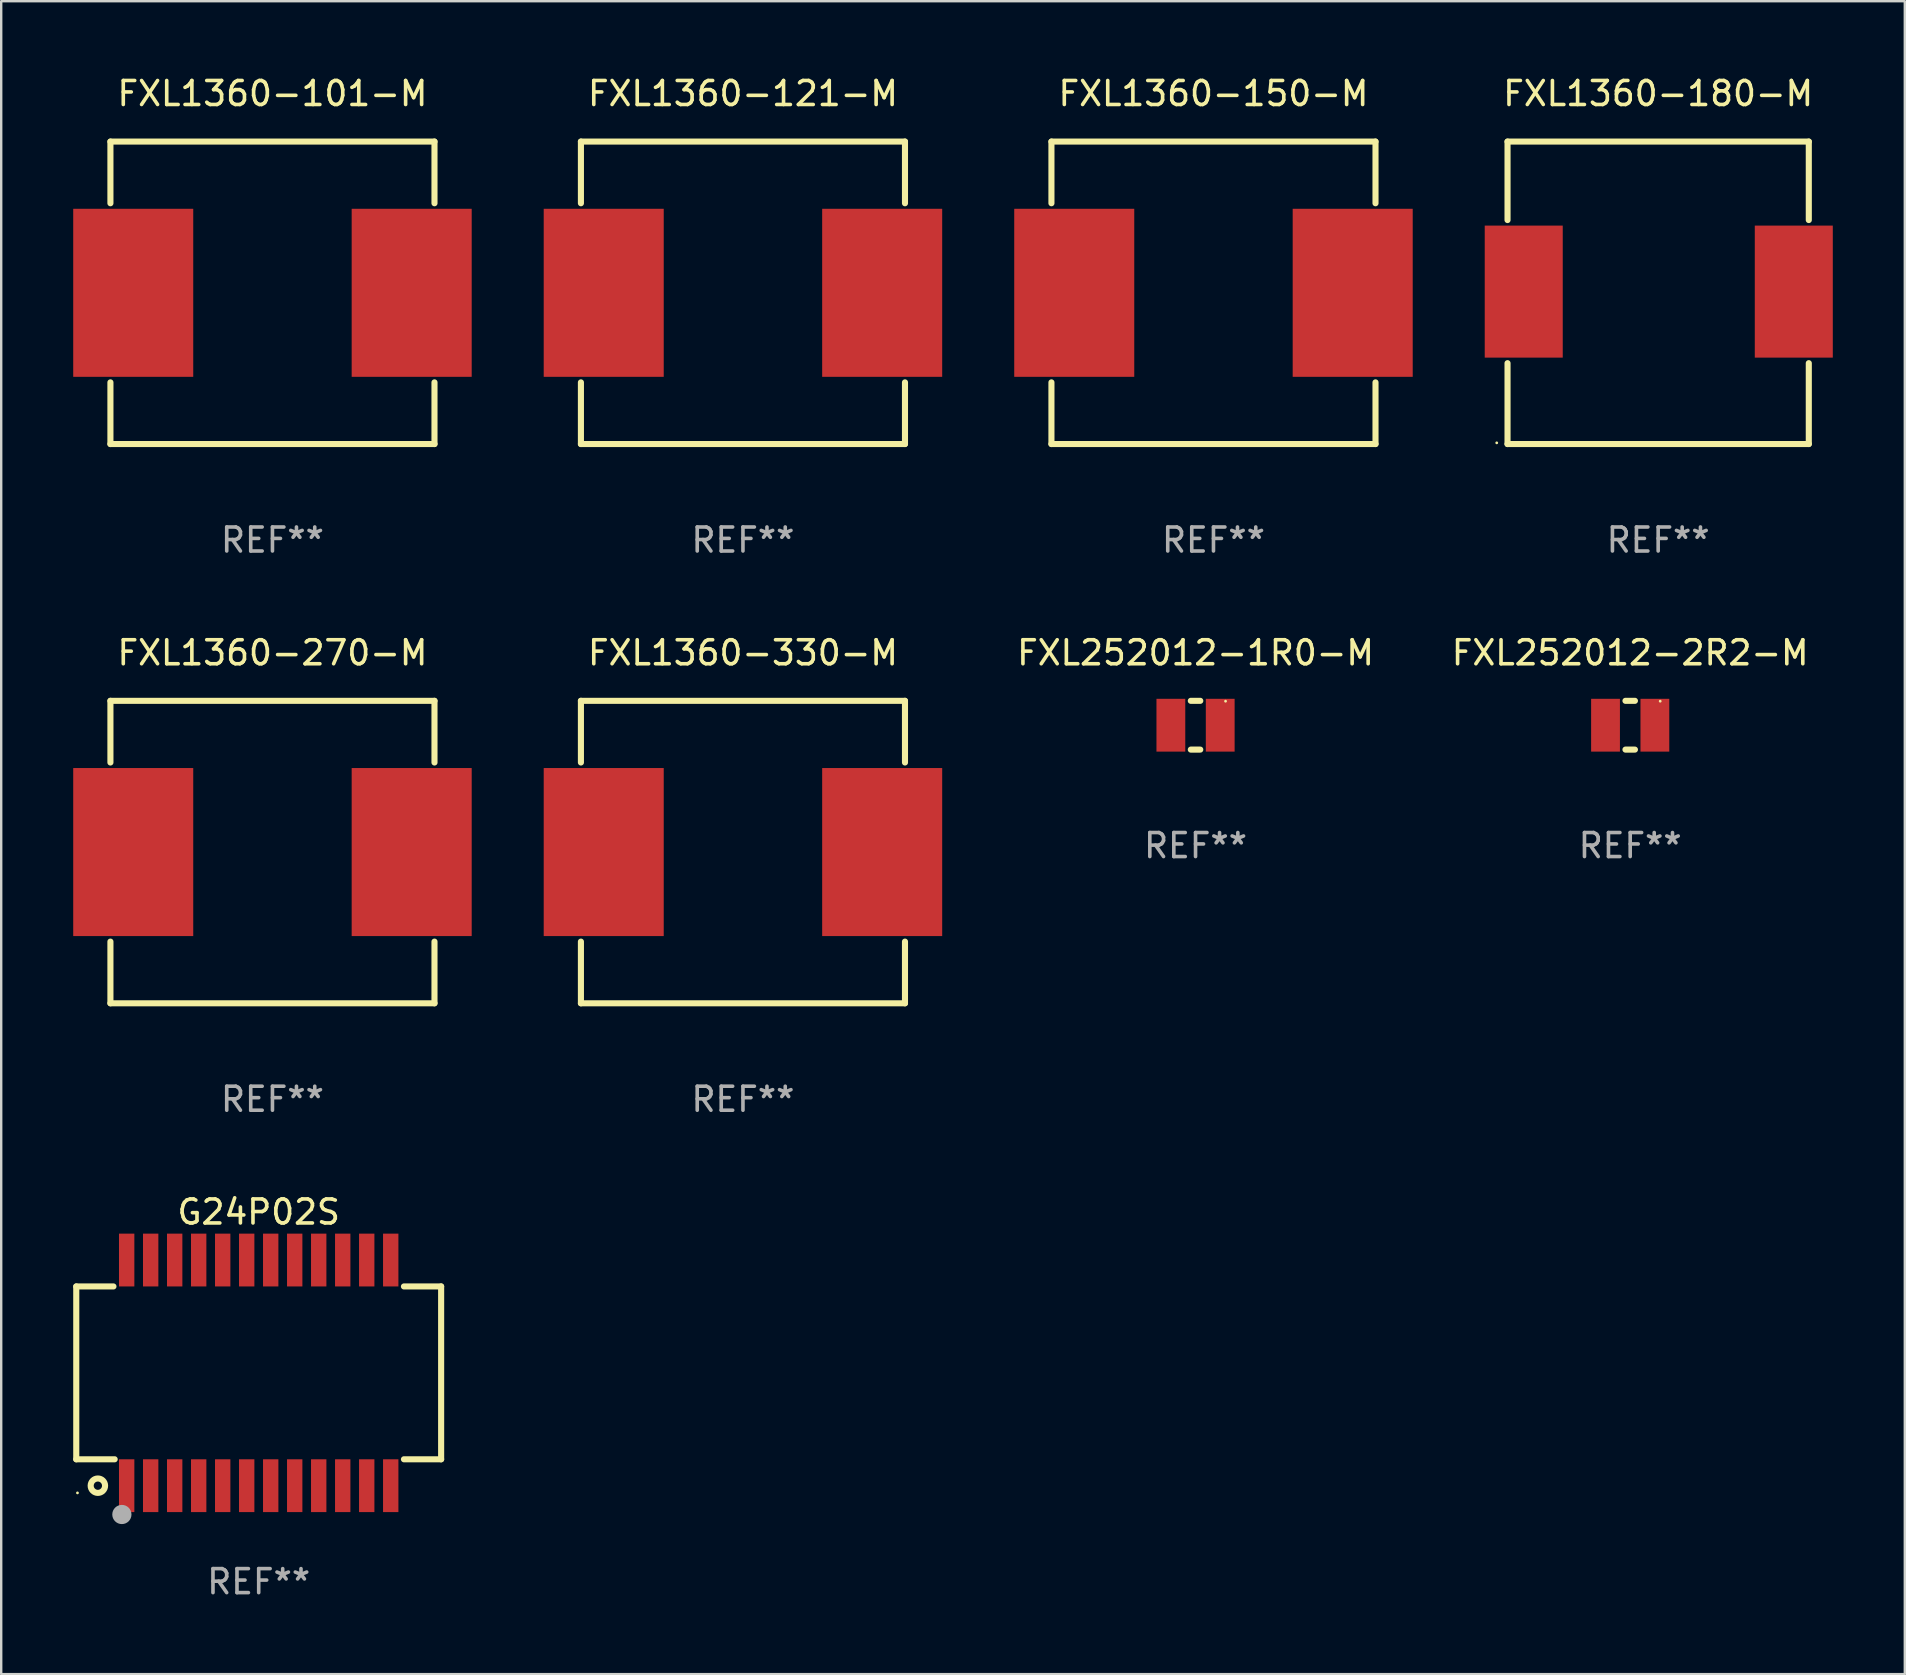
<source format=kicad_pcb>
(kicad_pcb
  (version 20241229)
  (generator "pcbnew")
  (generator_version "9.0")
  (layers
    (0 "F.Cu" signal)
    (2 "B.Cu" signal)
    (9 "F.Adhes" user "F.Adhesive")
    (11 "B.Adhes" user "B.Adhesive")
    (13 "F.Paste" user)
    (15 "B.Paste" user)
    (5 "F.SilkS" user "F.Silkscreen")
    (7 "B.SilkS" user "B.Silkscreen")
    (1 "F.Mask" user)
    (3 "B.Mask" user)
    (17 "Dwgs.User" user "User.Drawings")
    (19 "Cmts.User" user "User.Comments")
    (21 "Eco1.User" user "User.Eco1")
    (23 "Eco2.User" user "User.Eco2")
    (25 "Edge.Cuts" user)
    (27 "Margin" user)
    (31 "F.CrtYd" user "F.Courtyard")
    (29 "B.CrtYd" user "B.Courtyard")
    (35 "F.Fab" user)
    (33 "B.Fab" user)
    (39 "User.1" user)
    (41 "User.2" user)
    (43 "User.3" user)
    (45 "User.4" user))
  (footprint "FXL1360-180-M"
    (layer "F.Cu")
    (at 66.026 9.148)
    (property "Reference" "FXL1360-180-M" (at 0 -8.3 0) (layer "F.SilkS") (effects (font (size 1 1) (thickness 0.15))))
    (attr through_hole)
    (fp_line (start -6.275 -6.3) (end 6.275 -6.3) (stroke (width 0.254) (type solid)) (layer "F.SilkS"))
    (fp_line (start -6.275 -3.031) (end -6.275 -6.3) (stroke (width 0.254) (type solid)) (layer "F.SilkS"))
    (fp_line (start -6.275 6.3) (end -6.275 2.931) (stroke (width 0.254) (type solid)) (layer "F.SilkS"))
    (fp_line (start 6.275 -6.3) (end 6.275 -3.031) (stroke (width 0.254) (type solid)) (layer "F.SilkS"))
    (fp_line (start 6.275 2.931) (end 6.275 6.3) (stroke (width 0.254) (type solid)) (layer "F.SilkS"))
    (fp_line (start 6.275 6.3) (end -6.275 6.3) (stroke (width 0.254) (type solid)) (layer "F.SilkS"))
    (fp_circle (center -6.725 6.25) (end -6.695 6.25) (stroke (width 0.06) (type solid)) (fill no) (layer "F.SilkS"))
    (fp_text user "REF**" (at 0 10.3 0) (layer "F.Fab") (effects (font (size 1 1) (thickness 0.15))))
    (pad "1" smd rect (at -5.6 -0.05) (size 3.25 5.5) (layers "F.Cu" "F.Mask" "F.Paste"))
    (pad "2" smd rect (at 5.65 -0.05) (size 3.25 5.5) (layers "F.Cu" "F.Mask" "F.Paste")))
  (footprint "FXL1360-121-M"
    (layer "F.Cu")
    (at 27.9 9.148)
    (property "Reference" "FXL1360-121-M" (at 0 -8.3 0) (layer "F.SilkS") (effects (font (size 1 1) (thickness 0.15))))
    (attr through_hole)
    (fp_line (start -6.75 -6.3) (end -6.75 -3.731) (stroke (width 0.254) (type solid)) (layer "F.SilkS"))
    (fp_line (start -6.75 -6.3) (end 6.75 -6.3) (stroke (width 0.254) (type solid)) (layer "F.SilkS"))
    (fp_line (start -6.75 3.731) (end -6.75 6.3) (stroke (width 0.254) (type solid)) (layer "F.SilkS"))
    (fp_line (start -6.75 6.3) (end 6.75 6.3) (stroke (width 0.254) (type solid)) (layer "F.SilkS"))
    (fp_line (start 6.75 -6.3) (end 6.75 -3.731) (stroke (width 0.254) (type solid)) (layer "F.SilkS"))
    (fp_line (start 6.75 3.731) (end 6.75 6.3) (stroke (width 0.254) (type solid)) (layer "F.SilkS"))
    (fp_circle (center -6.725 6.3) (end -6.695 6.3) (stroke (width 0.06) (type solid)) (fill no) (layer "F.SilkS"))
    (fp_text user "REF**" (at 0 10.3 0) (layer "F.Fab") (effects (font (size 1 1) (thickness 0.15))))
    (pad "1" smd rect (at -5.8 -0.000013 90) (size 7 5) (layers "F.Cu" "F.Mask" "F.Paste"))
    (pad "2" smd rect (at 5.8 -0.000013 90) (size 7 5) (layers "F.Cu" "F.Mask" "F.Paste")))
  (footprint "FXL1360-101-M"
    (layer "F.Cu")
    (at 8.3 9.148)
    (property "Reference" "FXL1360-101-M" (at 0 -8.3 0) (layer "F.SilkS") (effects (font (size 1 1) (thickness 0.15))))
    (attr through_hole)
    (fp_line (start -6.75 -6.3) (end -6.75 -3.731) (stroke (width 0.254) (type solid)) (layer "F.SilkS"))
    (fp_line (start -6.75 -6.3) (end 6.75 -6.3) (stroke (width 0.254) (type solid)) (layer "F.SilkS"))
    (fp_line (start -6.75 3.731) (end -6.75 6.3) (stroke (width 0.254) (type solid)) (layer "F.SilkS"))
    (fp_line (start -6.75 6.3) (end 6.75 6.3) (stroke (width 0.254) (type solid)) (layer "F.SilkS"))
    (fp_line (start 6.75 -6.3) (end 6.75 -3.731) (stroke (width 0.254) (type solid)) (layer "F.SilkS"))
    (fp_line (start 6.75 3.731) (end 6.75 6.3) (stroke (width 0.254) (type solid)) (layer "F.SilkS"))
    (fp_circle (center -6.725 6.3) (end -6.695 6.3) (stroke (width 0.06) (type solid)) (fill no) (layer "F.SilkS"))
    (fp_text user "REF**" (at 0 10.3 0) (layer "F.Fab") (effects (font (size 1 1) (thickness 0.15))))
    (pad "1" smd rect (at -5.8 -0.000013 90) (size 7 5) (layers "F.Cu" "F.Mask" "F.Paste"))
    (pad "2" smd rect (at 5.8 -0.000013 90) (size 7 5) (layers "F.Cu" "F.Mask" "F.Paste")))
  (footprint "FXL1360-270-M"
    (layer "F.Cu")
    (at 8.3 32.445)
    (property "Reference" "FXL1360-270-M" (at 0 -8.3 0) (layer "F.SilkS") (effects (font (size 1 1) (thickness 0.15))))
    (attr through_hole)
    (fp_line (start -6.75 -6.3) (end -6.75 -3.731) (stroke (width 0.254) (type solid)) (layer "F.SilkS"))
    (fp_line (start -6.75 -6.3) (end 6.75 -6.3) (stroke (width 0.254) (type solid)) (layer "F.SilkS"))
    (fp_line (start -6.75 3.731) (end -6.75 6.3) (stroke (width 0.254) (type solid)) (layer "F.SilkS"))
    (fp_line (start -6.75 6.3) (end 6.75 6.3) (stroke (width 0.254) (type solid)) (layer "F.SilkS"))
    (fp_line (start 6.75 -6.3) (end 6.75 -3.731) (stroke (width 0.254) (type solid)) (layer "F.SilkS"))
    (fp_line (start 6.75 3.731) (end 6.75 6.3) (stroke (width 0.254) (type solid)) (layer "F.SilkS"))
    (fp_circle (center -6.725 6.3) (end -6.695 6.3) (stroke (width 0.06) (type solid)) (fill no) (layer "F.SilkS"))
    (fp_text user "REF**" (at 0 10.3 0) (layer "F.Fab") (effects (font (size 1 1) (thickness 0.15))))
    (pad "1" smd rect (at -5.8 -0.000013 90) (size 7 5) (layers "F.Cu" "F.Mask" "F.Paste"))
    (pad "2" smd rect (at 5.8 -0.000013 90) (size 7 5) (layers "F.Cu" "F.Mask" "F.Paste")))
  (footprint "FXL252012-2R2-M"
    (layer "F.Cu")
    (at 64.861 27.161)
    (property "Reference" "FXL252012-2R2-M" (at 0 -3.016 0) (layer "F.SilkS") (effects (font (size 1 1) (thickness 0.15))))
    (attr through_hole)
    (fp_line (start -0.197 1.016) (end 0.197 1.016) (stroke (width 0.254) (type solid)) (layer "F.SilkS"))
    (fp_line (start 0.197 -1.016) (end -0.197 -1.016) (stroke (width 0.254) (type solid)) (layer "F.SilkS"))
    (fp_circle (center 1.25 -1) (end 1.28 -1) (stroke (width 0.06) (type solid)) (fill no) (layer "F.SilkS"))
    (fp_text user "REF**" (at 0 5.016 0) (layer "F.Fab") (effects (font (size 1 1) (thickness 0.15))))
    (pad "1" smd rect (at 1.028 0) (size 1.2 2.2) (layers "F.Cu" "F.Mask" "F.Paste"))
    (pad "2" smd rect (at -1.028 0) (size 1.2 2.2) (layers "F.Cu" "F.Mask" "F.Paste")))
  (footprint "FXL252012-1R0-M"
    (layer "F.Cu")
    (at 46.754 27.161)
    (property "Reference" "FXL252012-1R0-M" (at 0 -3.016 0) (layer "F.SilkS") (effects (font (size 1 1) (thickness 0.15))))
    (attr through_hole)
    (fp_line (start -0.197 1.016) (end 0.197 1.016) (stroke (width 0.254) (type solid)) (layer "F.SilkS"))
    (fp_line (start 0.197 -1.016) (end -0.197 -1.016) (stroke (width 0.254) (type solid)) (layer "F.SilkS"))
    (fp_circle (center 1.25 -1) (end 1.28 -1) (stroke (width 0.06) (type solid)) (fill no) (layer "F.SilkS"))
    (fp_text user "REF**" (at 0 5.016 0) (layer "F.Fab") (effects (font (size 1 1) (thickness 0.15))))
    (pad "1" smd rect (at 1.028 0) (size 1.2 2.2) (layers "F.Cu" "F.Mask" "F.Paste"))
    (pad "2" smd rect (at -1.028 0) (size 1.2 2.2) (layers "F.Cu" "F.Mask" "F.Paste")))
  (footprint "FXL1360-330-M"
    (layer "F.Cu")
    (at 27.9 32.445)
    (property "Reference" "FXL1360-330-M" (at 0 -8.3 0) (layer "F.SilkS") (effects (font (size 1 1) (thickness 0.15))))
    (attr through_hole)
    (fp_line (start -6.75 -6.3) (end -6.75 -3.731) (stroke (width 0.254) (type solid)) (layer "F.SilkS"))
    (fp_line (start -6.75 -6.3) (end 6.75 -6.3) (stroke (width 0.254) (type solid)) (layer "F.SilkS"))
    (fp_line (start -6.75 3.731) (end -6.75 6.3) (stroke (width 0.254) (type solid)) (layer "F.SilkS"))
    (fp_line (start -6.75 6.3) (end 6.75 6.3) (stroke (width 0.254) (type solid)) (layer "F.SilkS"))
    (fp_line (start 6.75 -6.3) (end 6.75 -3.731) (stroke (width 0.254) (type solid)) (layer "F.SilkS"))
    (fp_line (start 6.75 3.731) (end 6.75 6.3) (stroke (width 0.254) (type solid)) (layer "F.SilkS"))
    (fp_circle (center -6.725 6.3) (end -6.695 6.3) (stroke (width 0.06) (type solid)) (fill no) (layer "F.SilkS"))
    (fp_text user "REF**" (at 0 10.3 0) (layer "F.Fab") (effects (font (size 1 1) (thickness 0.15))))
    (pad "1" smd rect (at -5.8 -0.000013 90) (size 7 5) (layers "F.Cu" "F.Mask" "F.Paste"))
    (pad "2" smd rect (at 5.8 -0.000013 90) (size 7 5) (layers "F.Cu" "F.Mask" "F.Paste")))
  (footprint "G24P02S"
    (layer "F.Cu")
    (at 7.727 54.141)
    (property "Reference" "G24P02S" (at 0 -6.7 0) (layer "F.SilkS") (effects (font (size 1 1) (thickness 0.15))))
    (attr through_hole)
    (fp_line (start -7.6 3.6) (end -7.6 -3.6) (stroke (width 0.254) (type solid)) (layer "F.SilkS"))
    (fp_line (start -6.051 -3.6) (end -7.6 -3.6) (stroke (width 0.254) (type solid)) (layer "F.SilkS"))
    (fp_line (start -6 3.6) (end -7.6 3.6) (stroke (width 0.254) (type solid)) (layer "F.SilkS"))
    (fp_line (start 7.6 -3.6) (end 6.051 -3.6) (stroke (width 0.254) (type solid)) (layer "F.SilkS"))
    (fp_line (start 7.6 -3.6) (end 7.6 3.6) (stroke (width 0.254) (type solid)) (layer "F.SilkS"))
    (fp_line (start 7.6 3.6) (end 6.051 3.6) (stroke (width 0.254) (type solid)) (layer "F.SilkS"))
    (fp_circle (center -7.55 5) (end -7.52 5) (stroke (width 0.06) (type solid)) (fill no) (layer "F.SilkS"))
    (fp_circle (center -6.7 4.7) (end -6.4 4.7) (stroke (width 0.254) (type solid)) (fill no) (layer "F.SilkS"))
    (fp_circle (center -5.7 5.9) (end -5.5 5.9) (stroke (width 0.4) (type solid)) (fill no) (layer "F.Fab"))
    (fp_text user "REF**" (at 0 8.7 0) (layer "F.Fab") (effects (font (size 1 1) (thickness 0.15))))
    (pad "1" smd rect (at -5.5 4.7) (size 0.64 2.2) (layers "F.Cu" "F.Mask" "F.Paste"))
    (pad "2" smd rect (at -4.5 4.7) (size 0.64 2.2) (layers "F.Cu" "F.Mask" "F.Paste"))
    (pad "3" smd rect (at -3.5 4.7) (size 0.64 2.2) (layers "F.Cu" "F.Mask" "F.Paste"))
    (pad "4" smd rect (at -2.5 4.7) (size 0.64 2.2) (layers "F.Cu" "F.Mask" "F.Paste"))
    (pad "5" smd rect (at -1.5 4.7) (size 0.64 2.2) (layers "F.Cu" "F.Mask" "F.Paste"))
    (pad "6" smd rect (at -0.5 4.7) (size 0.64 2.2) (layers "F.Cu" "F.Mask" "F.Paste"))
    (pad "7" smd rect (at 0.5 4.7) (size 0.64 2.2) (layers "F.Cu" "F.Mask" "F.Paste"))
    (pad "8" smd rect (at 1.5 4.7) (size 0.64 2.2) (layers "F.Cu" "F.Mask" "F.Paste"))
    (pad "9" smd rect (at 2.5 4.7) (size 0.64 2.2) (layers "F.Cu" "F.Mask" "F.Paste"))
    (pad "10" smd rect (at 3.5 4.7) (size 0.64 2.2) (layers "F.Cu" "F.Mask" "F.Paste"))
    (pad "11" smd rect (at 4.5 4.7) (size 0.64 2.2) (layers "F.Cu" "F.Mask" "F.Paste"))
    (pad "12" smd rect (at 5.5 4.7) (size 0.64 2.2) (layers "F.Cu" "F.Mask" "F.Paste"))
    (pad "13" smd rect (at 5.5 -4.7) (size 0.64 2.2) (layers "F.Cu" "F.Mask" "F.Paste"))
    (pad "14" smd rect (at 4.5 -4.7) (size 0.64 2.2) (layers "F.Cu" "F.Mask" "F.Paste"))
    (pad "15" smd rect (at 3.5 -4.7) (size 0.64 2.2) (layers "F.Cu" "F.Mask" "F.Paste"))
    (pad "16" smd rect (at 2.5 -4.7) (size 0.64 2.2) (layers "F.Cu" "F.Mask" "F.Paste"))
    (pad "17" smd rect (at 1.5 -4.7) (size 0.64 2.2) (layers "F.Cu" "F.Mask" "F.Paste"))
    (pad "18" smd rect (at 0.5 -4.7) (size 0.64 2.2) (layers "F.Cu" "F.Mask" "F.Paste"))
    (pad "19" smd rect (at -0.5 -4.7) (size 0.64 2.2) (layers "F.Cu" "F.Mask" "F.Paste"))
    (pad "20" smd rect (at -1.5 -4.7) (size 0.64 2.2) (layers "F.Cu" "F.Mask" "F.Paste"))
    (pad "21" smd rect (at -2.5 -4.7) (size 0.64 2.2) (layers "F.Cu" "F.Mask" "F.Paste"))
    (pad "22" smd rect (at -3.5 -4.7) (size 0.64 2.2) (layers "F.Cu" "F.Mask" "F.Paste"))
    (pad "23" smd rect (at -4.5 -4.7) (size 0.64 2.2) (layers "F.Cu" "F.Mask" "F.Paste"))
    (pad "24" smd rect (at -5.5 -4.7) (size 0.64 2.2) (layers "F.Cu" "F.Mask" "F.Paste")))
  (footprint "FXL1360-150-M"
    (layer "F.Cu")
    (at 47.501 9.148)
    (property "Reference" "FXL1360-150-M" (at 0 -8.3 0) (layer "F.SilkS") (effects (font (size 1 1) (thickness 0.15))))
    (attr through_hole)
    (fp_line (start -6.75 -6.3) (end -6.75 -3.731) (stroke (width 0.254) (type solid)) (layer "F.SilkS"))
    (fp_line (start -6.75 -6.3) (end 6.75 -6.3) (stroke (width 0.254) (type solid)) (layer "F.SilkS"))
    (fp_line (start -6.75 3.731) (end -6.75 6.3) (stroke (width 0.254) (type solid)) (layer "F.SilkS"))
    (fp_line (start -6.75 6.3) (end 6.75 6.3) (stroke (width 0.254) (type solid)) (layer "F.SilkS"))
    (fp_line (start 6.75 -6.3) (end 6.75 -3.731) (stroke (width 0.254) (type solid)) (layer "F.SilkS"))
    (fp_line (start 6.75 3.731) (end 6.75 6.3) (stroke (width 0.254) (type solid)) (layer "F.SilkS"))
    (fp_circle (center -6.725 6.3) (end -6.695 6.3) (stroke (width 0.06) (type solid)) (fill no) (layer "F.SilkS"))
    (fp_text user "REF**" (at 0 10.3 0) (layer "F.Fab") (effects (font (size 1 1) (thickness 0.15))))
    (pad "1" smd rect (at -5.8 -0.000013 90) (size 7 5) (layers "F.Cu" "F.Mask" "F.Paste"))
    (pad "2" smd rect (at 5.8 -0.000013 90) (size 7 5) (layers "F.Cu" "F.Mask" "F.Paste")))
  (gr_rect
    (start -3 -3)
    (end 76.301 66.69)
    (stroke (width 0.1) (type default))
    (fill no)
    (layer "Edge.Cuts")))
</source>
